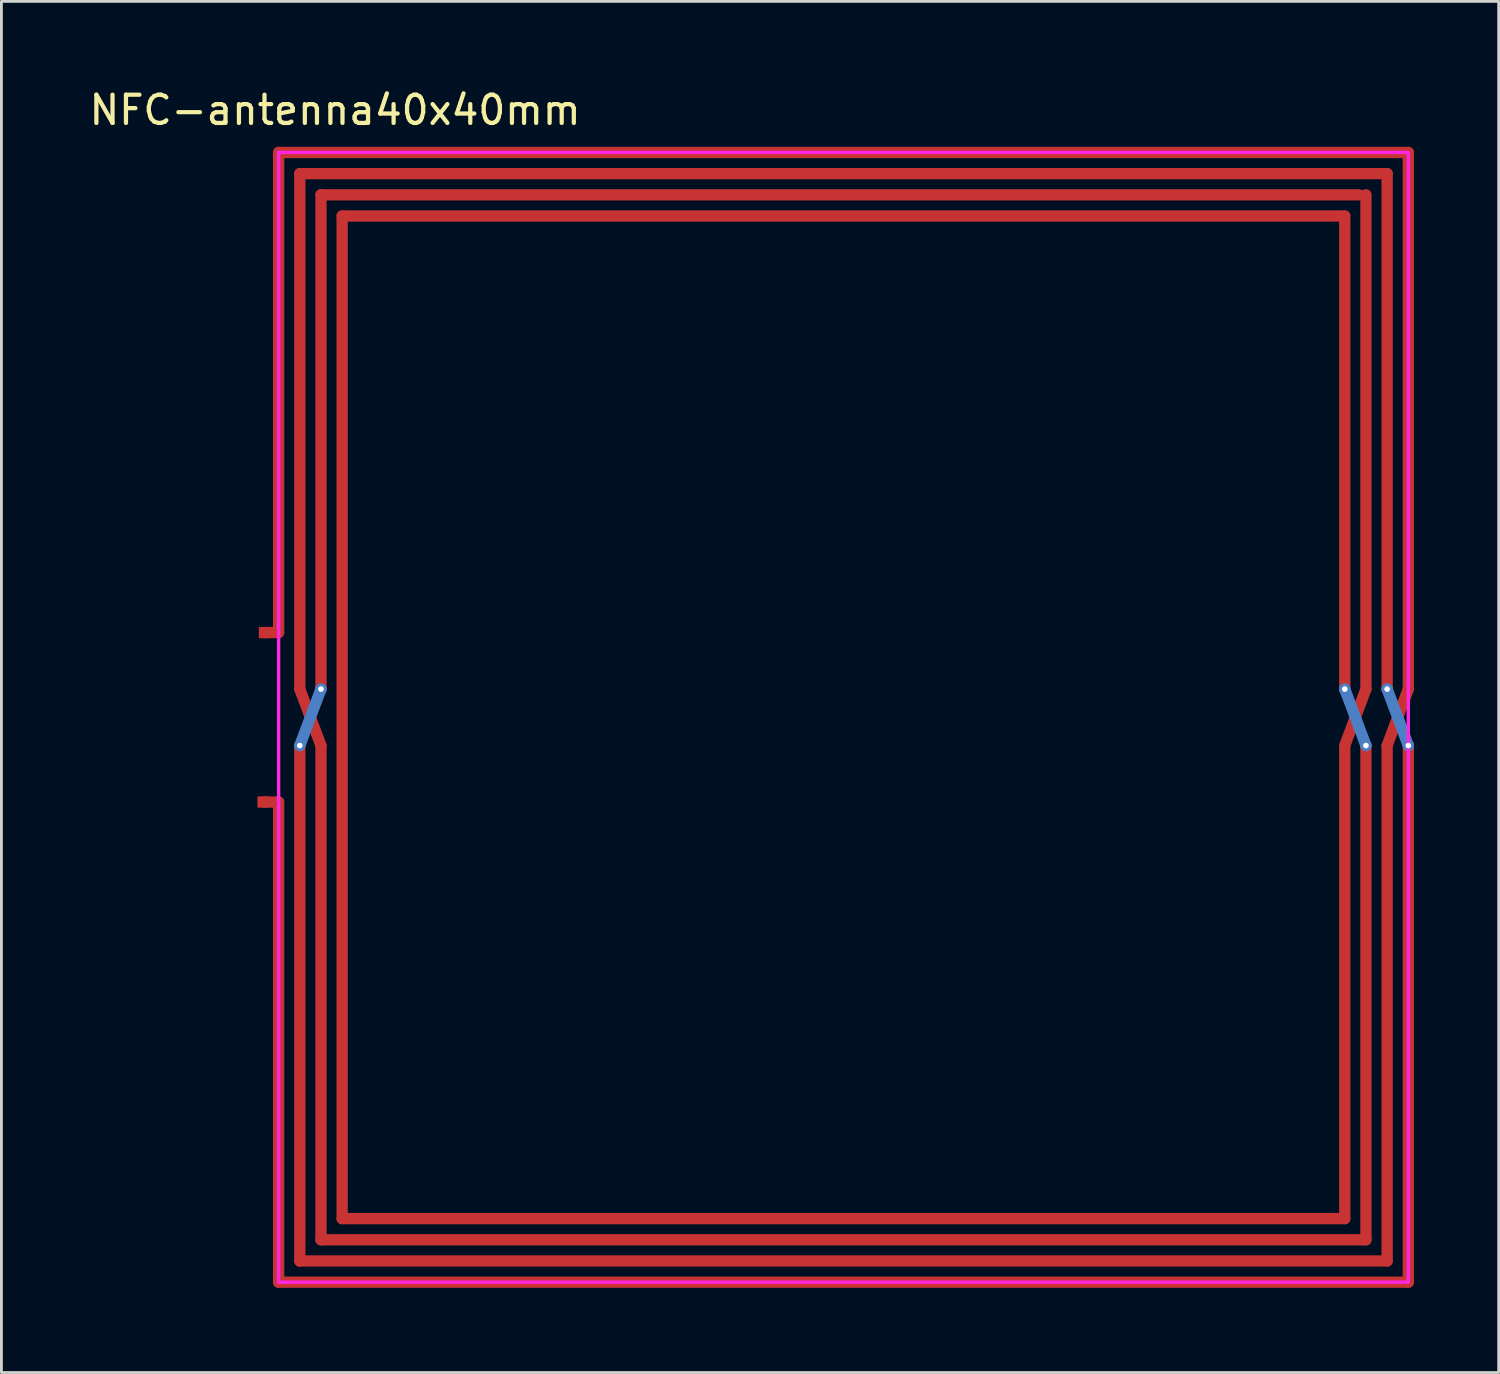
<source format=kicad_pcb>
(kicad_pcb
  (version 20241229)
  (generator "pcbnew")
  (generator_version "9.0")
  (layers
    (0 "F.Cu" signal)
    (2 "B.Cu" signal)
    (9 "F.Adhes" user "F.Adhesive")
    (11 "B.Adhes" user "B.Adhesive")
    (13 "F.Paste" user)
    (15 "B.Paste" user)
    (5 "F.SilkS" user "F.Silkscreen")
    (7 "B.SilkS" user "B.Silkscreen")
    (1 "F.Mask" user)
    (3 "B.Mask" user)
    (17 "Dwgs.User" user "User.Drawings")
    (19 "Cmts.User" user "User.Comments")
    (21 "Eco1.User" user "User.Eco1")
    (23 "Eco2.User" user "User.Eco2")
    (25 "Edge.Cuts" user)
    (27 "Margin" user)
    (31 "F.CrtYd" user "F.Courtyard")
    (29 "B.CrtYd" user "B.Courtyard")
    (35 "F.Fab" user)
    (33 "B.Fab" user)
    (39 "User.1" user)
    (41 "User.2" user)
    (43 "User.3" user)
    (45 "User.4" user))
  (footprint "NFC-antenna40x40mm"
    (layer "F.Cu")
    (at 26.815 22.348)
    (property "Reference" "NFC-antenna40x40mm" (at -18 -21.5 0) (layer "F.SilkS") (effects (font (size 1 1) (thickness 0.15))))
    (attr smd)
    (fp_line (start -20.5 -3) (end -20 -3) (stroke (width 0.4) (type solid)) (layer "F.Cu"))
    (fp_line (start -20.5 3) (end -20 3) (stroke (width 0.4) (type solid)) (layer "F.Cu"))
    (fp_line (start -20 -3) (end -20 -20) (stroke (width 0.4) (type solid)) (layer "F.Cu"))
    (fp_line (start -20 3) (end -20 20) (stroke (width 0.4) (type solid)) (layer "F.Cu"))
    (fp_line (start -19.25 -19.25) (end -19.25 -1) (stroke (width 0.4) (type solid)) (layer "F.Cu"))
    (fp_line (start -19.25 -19.25) (end 19.25 -19.25) (stroke (width 0.4) (type solid)) (layer "F.Cu"))
    (fp_line (start -19.25 1) (end -19.25 19.25) (stroke (width 0.4) (type solid)) (layer "F.Cu"))
    (fp_line (start -18.5 -1) (end -18.5 -18.5) (stroke (width 0.4) (type solid)) (layer "F.Cu"))
    (fp_line (start -18.5 1) (end -19.25 -1) (stroke (width 0.4) (type solid)) (layer "F.Cu"))
    (fp_line (start -18.5 1) (end -18.5 18.5) (stroke (width 0.4) (type solid)) (layer "F.Cu"))
    (fp_line (start -17.75 -17.75) (end -17.75 17.75) (stroke (width 0.4) (type solid)) (layer "F.Cu"))
    (fp_line (start -17.75 -17.75) (end 17.75 -17.75) (stroke (width 0.4) (type solid)) (layer "F.Cu"))
    (fp_line (start 17.75 -1) (end 17.75 -17.75) (stroke (width 0.4) (type solid)) (layer "F.Cu"))
    (fp_line (start 17.75 1) (end 18.5 -1) (stroke (width 0.4) (type solid)) (layer "F.Cu"))
    (fp_line (start 17.75 17.75) (end -17.75 17.75) (stroke (width 0.4) (type solid)) (layer "F.Cu"))
    (fp_line (start 17.75 17.75) (end 17.75 1) (stroke (width 0.4) (type solid)) (layer "F.Cu"))
    (fp_line (start 18.25 -18.5) (end -18.5 -18.5) (stroke (width 0.4) (type solid)) (layer "F.Cu"))
    (fp_line (start 18.5 -18.5) (end 18.5 -1) (stroke (width 0.4) (type solid)) (layer "F.Cu"))
    (fp_line (start 18.5 18.5) (end -18.5 18.5) (stroke (width 0.4) (type solid)) (layer "F.Cu"))
    (fp_line (start 18.5 18.5) (end 18.5 1) (stroke (width 0.4) (type solid)) (layer "F.Cu"))
    (fp_line (start 19.25 -19.25) (end 19.25 -1) (stroke (width 0.4) (type solid)) (layer "F.Cu"))
    (fp_line (start 19.25 1) (end 20 -1) (stroke (width 0.4) (type solid)) (layer "F.Cu"))
    (fp_line (start 19.25 19.25) (end -19.25 19.25) (stroke (width 0.4) (type solid)) (layer "F.Cu"))
    (fp_line (start 19.25 19.25) (end 19.25 1) (stroke (width 0.4) (type solid)) (layer "F.Cu"))
    (fp_line (start 20 -20) (end -20 -20) (stroke (width 0.4) (type solid)) (layer "F.Cu"))
    (fp_line (start 20 -1) (end 20 -20) (stroke (width 0.4) (type solid)) (layer "F.Cu"))
    (fp_line (start 20 20) (end -20 20) (stroke (width 0.4) (type solid)) (layer "F.Cu"))
    (fp_line (start 20 20) (end 20 1) (stroke (width 0.4) (type solid)) (layer "F.Cu"))
    (fp_line (start -18.5 -1) (end -19.25 1) (stroke (width 0.4) (type solid)) (layer "B.Cu"))
    (fp_line (start 18.5 1) (end 17.75 -1) (stroke (width 0.4) (type solid)) (layer "B.Cu"))
    (fp_line (start 20 1) (end 19.25 -1) (stroke (width 0.4) (type solid)) (layer "B.Cu"))
    (fp_line (start -20 -20) (end 20 -20) (stroke (width 0.12) (type solid)) (layer "F.CrtYd"))
    (fp_line (start -20 20) (end -20 -20) (stroke (width 0.12) (type solid)) (layer "F.CrtYd"))
    (fp_line (start -20 20) (end 20 20) (stroke (width 0.12) (type solid)) (layer "F.CrtYd"))
    (fp_line (start 20 20) (end 20 -20) (stroke (width 0.12) (type solid)) (layer "F.CrtYd"))
    (pad "" thru_hole circle (at -19.25 1) (size 0.4 0.4) (drill 0.2) (layers "*.Cu" "*.Mask"))
    (pad "" thru_hole circle (at -18.5 -1) (size 0.4 0.4) (drill 0.2) (layers "*.Cu" "*.Mask"))
    (pad "" thru_hole circle (at 17.75 -1) (size 0.4 0.4) (drill 0.2) (layers "*.Cu" "*.Mask"))
    (pad "" thru_hole circle (at 18.5 1) (size 0.4 0.4) (drill 0.2) (layers "*.Cu" "*.Mask"))
    (pad "" thru_hole circle (at 19.25 -1) (size 0.4 0.4) (drill 0.2) (layers "*.Cu" "*.Mask"))
    (pad "" thru_hole circle (at 20 1) (size 0.4 0.4) (drill 0.2) (layers "*.Cu" "*.Mask"))
    (pad "1" smd rect (at -20.5 -3) (size 0.4 0.4) (layers "F.Cu" "F.Mask" "F.Paste"))
    (pad "2" smd rect (at -20.55 3) (size 0.4 0.4) (layers "F.Cu" "F.Mask" "F.Paste")))
  (gr_rect
    (start -3 -3)
    (end 50.015 45.548)
    (stroke (width 0.1) (type default))
    (fill no)
    (layer "Edge.Cuts")))
</source>
